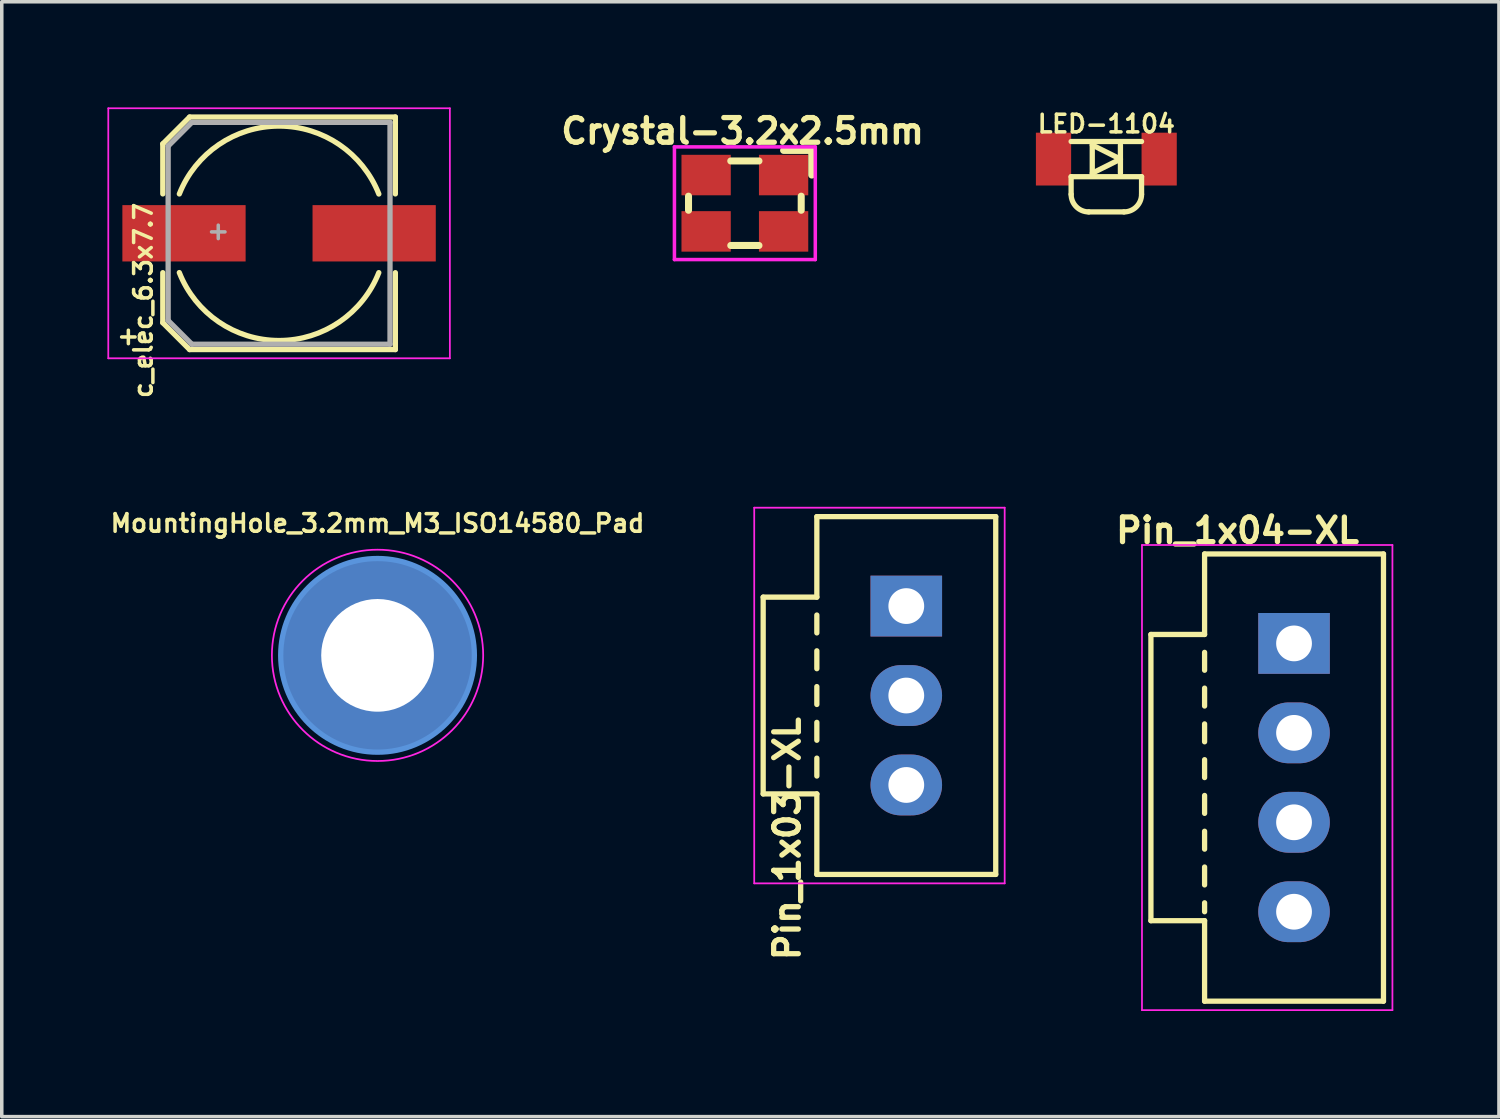
<source format=kicad_pcb>
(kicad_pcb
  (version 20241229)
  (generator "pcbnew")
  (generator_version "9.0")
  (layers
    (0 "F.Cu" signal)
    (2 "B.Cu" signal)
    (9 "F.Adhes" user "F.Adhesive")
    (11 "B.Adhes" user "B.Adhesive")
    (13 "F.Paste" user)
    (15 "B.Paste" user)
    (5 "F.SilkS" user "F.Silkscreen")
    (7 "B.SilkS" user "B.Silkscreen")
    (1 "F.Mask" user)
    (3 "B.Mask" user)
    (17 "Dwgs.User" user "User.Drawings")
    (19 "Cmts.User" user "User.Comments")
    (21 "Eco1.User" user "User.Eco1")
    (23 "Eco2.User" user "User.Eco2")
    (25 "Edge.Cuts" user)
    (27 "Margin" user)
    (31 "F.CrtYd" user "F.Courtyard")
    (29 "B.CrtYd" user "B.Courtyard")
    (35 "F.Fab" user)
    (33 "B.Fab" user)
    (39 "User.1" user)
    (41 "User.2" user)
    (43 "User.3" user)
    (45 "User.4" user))
  (footprint "MountingHole_3.2mm_M3_ISO14580_Pad"
    (layer "F.Cu")
    (at 7.671 15.56)
    (property "Reference" "MountingHole_3.2mm_M3_ISO14580_Pad" (at 0 -3.75 0) (layer "F.SilkS") (effects (font (size 0.5 0.5) (thickness 0.1))))
    (attr through_hole)
    (fp_circle (center 0 0) (end 2.75 0) (stroke (width 0.15) (type solid)) (fill no) (layer "Cmts.User"))
    (fp_circle (center 0 0) (end 3 0) (stroke (width 0.05) (type solid)) (fill no) (layer "F.CrtYd"))
    (pad "1" thru_hole circle (at 0 0) (size 5.5 5.5) (drill 3.2) (layers "*.Cu" "*.Mask")))
  (footprint "Crystal-3.2x2.5mm"
    (layer "F.Cu")
    (at 18.102 2.721)
    (property "Reference" "Crystal-3.2x2.5mm" (at -0.064 -2.049 0) (layer "F.SilkS") (effects (font (size 0.7 0.7) (thickness 0.15))))
    (attr smd)
    (fp_line (start -1.6 -0.2) (end -1.6 0.2) (stroke (width 0.2) (type solid)) (layer "F.SilkS"))
    (fp_line (start -0.4 -1.2) (end 0.4 -1.2) (stroke (width 0.2) (type solid)) (layer "F.SilkS"))
    (fp_line (start 0.4 1.2) (end -0.4 1.2) (stroke (width 0.2) (type solid)) (layer "F.SilkS"))
    (fp_line (start 1.1 -1.5) (end 1.9 -1.5) (stroke (width 0.2) (type solid)) (layer "F.SilkS"))
    (fp_line (start 1.6 -0.2) (end 1.6 0.2) (stroke (width 0.2) (type solid)) (layer "F.SilkS"))
    (fp_line (start 1.9 -1.5) (end 1.9 -0.8) (stroke (width 0.2) (type solid)) (layer "F.SilkS"))
    (fp_line (start -2 -1.6) (end 2 -1.6) (stroke (width 0.1) (type solid)) (layer "F.CrtYd"))
    (fp_line (start -2 1.6) (end -2 -1.6) (stroke (width 0.1) (type solid)) (layer "F.CrtYd"))
    (fp_line (start 2 -1.6) (end 2 1.6) (stroke (width 0.1) (type solid)) (layer "F.CrtYd"))
    (fp_line (start 2 1.6) (end -2 1.6) (stroke (width 0.1) (type solid)) (layer "F.CrtYd"))
    (pad "1" smd rect (at 1.1 -0.8) (size 1.4 1.15) (layers "F.Cu" "F.Mask" "F.Paste"))
    (pad "2" smd rect (at -1.1 -0.8) (size 1.4 1.15) (layers "F.Cu" "F.Mask" "F.Paste"))
    (pad "3" smd rect (at -1.1 0.8) (size 1.4 1.15) (layers "F.Cu" "F.Mask" "F.Paste"))
    (pad "4" smd rect (at 1.1 0.8) (size 1.4 1.15) (layers "F.Cu" "F.Mask" "F.Paste")))
  (footprint "Pin_1x03-XL"
    (layer "F.Cu")
    (at 22.686 14.161)
    (property "Reference" "Pin_1x03-XL" (at -3.382 6.604 90) (layer "F.SilkS") (effects (font (size 0.7 0.7) (thickness 0.15))))
    (attr through_hole)
    (fp_line (start -4.064 -0.254) (end -4.064 5.334) (stroke (width 0.15) (type solid)) (layer "F.SilkS"))
    (fp_line (start -4.064 5.334) (end -2.54 5.334) (stroke (width 0.15) (type solid)) (layer "F.SilkS"))
    (fp_line (start -2.54 -2.54) (end -2.54 -0.254) (stroke (width 0.15) (type solid)) (layer "F.SilkS"))
    (fp_line (start -2.54 -0.254) (end -4.064 -0.254) (stroke (width 0.15) (type solid)) (layer "F.SilkS"))
    (fp_line (start -2.54 0.254) (end -2.54 0.762) (stroke (width 0.15) (type solid)) (layer "F.SilkS"))
    (fp_line (start -2.54 1.27) (end -2.54 1.778) (stroke (width 0.15) (type solid)) (layer "F.SilkS"))
    (fp_line (start -2.54 2.286) (end -2.54 2.794) (stroke (width 0.15) (type solid)) (layer "F.SilkS"))
    (fp_line (start -2.54 3.302) (end -2.54 3.81) (stroke (width 0.15) (type solid)) (layer "F.SilkS"))
    (fp_line (start -2.54 4.318) (end -2.54 4.826) (stroke (width 0.15) (type solid)) (layer "F.SilkS"))
    (fp_line (start -2.54 5.334) (end -2.54 7.62) (stroke (width 0.15) (type solid)) (layer "F.SilkS"))
    (fp_line (start -2.54 7.62) (end 2.54 7.62) (stroke (width 0.15) (type solid)) (layer "F.SilkS"))
    (fp_line (start 2.54 -2.54) (end -2.54 -2.54) (stroke (width 0.15) (type solid)) (layer "F.SilkS"))
    (fp_line (start 2.54 -2.54) (end 2.54 7.62) (stroke (width 0.15) (type solid)) (layer "F.SilkS"))
    (fp_line (start -4.318 7.874) (end -4.318 -2.794) (stroke (width 0.05) (type solid)) (layer "F.CrtYd"))
    (fp_line (start -4.318 7.874) (end 2.794 7.874) (stroke (width 0.05) (type solid)) (layer "F.CrtYd"))
    (fp_line (start 2.794 -2.794) (end -4.318 -2.794) (stroke (width 0.05) (type solid)) (layer "F.CrtYd"))
    (fp_line (start 2.794 7.874) (end 2.794 -2.794) (stroke (width 0.05) (type solid)) (layer "F.CrtYd"))
    (pad "1" thru_hole rect (at 0 0) (size 2.032 1.727) (drill 1.016) (layers "*.Cu" "*.Mask"))
    (pad "2" thru_hole oval (at 0 2.54) (size 2.032 1.727) (drill 1.016) (layers "*.Cu" "*.Mask"))
    (pad "3" thru_hole oval (at 0 5.08) (size 2.032 1.727) (drill 1.016) (layers "*.Cu" "*.Mask")))
  (footprint "c_elec_6.3x7.7"
    (layer "F.Cu")
    (at 4.875 3.575)
    (property "Reference" "c_elec_6.3x7.7" (at -3.857 1.905 90) (layer "F.SilkS") (effects (font (size 0.5 0.5) (thickness 0.1))))
    (attr smd)
    (fp_line (start -3.302 -2.54) (end -3.302 -1.118) (stroke (width 0.15) (type solid)) (layer "F.SilkS"))
    (fp_line (start -3.302 -2.54) (end -2.54 -3.302) (stroke (width 0.15) (type solid)) (layer "F.SilkS"))
    (fp_line (start -3.302 2.54) (end -3.302 1.118) (stroke (width 0.15) (type solid)) (layer "F.SilkS"))
    (fp_line (start -2.54 -3.302) (end 3.302 -3.302) (stroke (width 0.15) (type solid)) (layer "F.SilkS"))
    (fp_line (start -2.54 3.302) (end -3.302 2.54) (stroke (width 0.15) (type solid)) (layer "F.SilkS"))
    (fp_line (start 3.302 -3.302) (end 3.302 -1.118) (stroke (width 0.15) (type solid)) (layer "F.SilkS"))
    (fp_line (start 3.302 3.302) (end -2.54 3.302) (stroke (width 0.15) (type solid)) (layer "F.SilkS"))
    (fp_line (start 3.302 3.302) (end 3.302 1.118) (stroke (width 0.15) (type solid)) (layer "F.SilkS"))
    (fp_arc (start -2.8321 -1.1176) (mid 0.001257 -3.044638) (end 2.833022 -1.115262) (stroke (width 0.15) (type solid)) (layer "F.SilkS"))
    (fp_arc (start 2.8321 1.1176) (mid -0.001257 3.044638) (end -2.833022 1.115262) (stroke (width 0.15) (type solid)) (layer "F.SilkS"))
    (fp_line (start -4.85 -3.55) (end -4.85 3.55) (stroke (width 0.05) (type solid)) (layer "F.CrtYd"))
    (fp_line (start -4.85 3.55) (end 4.85 3.55) (stroke (width 0.05) (type solid)) (layer "F.CrtYd"))
    (fp_line (start 4.85 -3.55) (end -4.85 -3.55) (stroke (width 0.05) (type solid)) (layer "F.CrtYd"))
    (fp_line (start 4.85 3.55) (end 4.85 -3.55) (stroke (width 0.05) (type solid)) (layer "F.CrtYd"))
    (fp_line (start -3.15 -2.477) (end -3.15 2.477) (stroke (width 0.15) (type solid)) (layer "F.Fab"))
    (fp_line (start -3.15 2.477) (end -2.477 3.15) (stroke (width 0.15) (type solid)) (layer "F.Fab"))
    (fp_line (start -2.477 -3.15) (end -3.15 -2.477) (stroke (width 0.15) (type solid)) (layer "F.Fab"))
    (fp_line (start -2.477 3.15) (end 3.15 3.15) (stroke (width 0.15) (type solid)) (layer "F.Fab"))
    (fp_line (start 3.15 -3.15) (end -2.477 -3.15) (stroke (width 0.15) (type solid)) (layer "F.Fab"))
    (fp_line (start 3.15 3.15) (end 3.15 -3.15) (stroke (width 0.15) (type solid)) (layer "F.Fab"))
    (fp_text user "+" (at -4.28 2.908 0) (layer "F.SilkS") (effects (font (size 0.5 0.5) (thickness 0.1))))
    (fp_text user "+" (at -1.727 -0.076 0) (layer "F.Fab") (effects (font (size 0.5 0.5) (thickness 0.1))))
    (pad "1" smd rect (at -2.7 0 180) (size 3.5 1.6) (layers "F.Cu" "F.Mask" "F.Paste"))
    (pad "2" smd rect (at 2.7 0 180) (size 3.5 1.6) (layers "F.Cu" "F.Mask" "F.Paste")))
  (footprint "Pin_1x04-XL"
    (layer "F.Cu")
    (at 33.697 15.221)
    (property "Reference" "Pin_1x04-XL" (at -1.604 -3.206 180) (layer "F.SilkS") (effects (font (size 0.7 0.7) (thickness 0.15))))
    (attr through_hole)
    (fp_line (start -4.064 -0.254) (end -4.064 7.874) (stroke (width 0.15) (type solid)) (layer "F.SilkS"))
    (fp_line (start -4.064 7.874) (end -2.54 7.874) (stroke (width 0.15) (type solid)) (layer "F.SilkS"))
    (fp_line (start -2.54 -2.54) (end -2.54 -0.254) (stroke (width 0.15) (type solid)) (layer "F.SilkS"))
    (fp_line (start -2.54 -0.254) (end -4.064 -0.254) (stroke (width 0.15) (type solid)) (layer "F.SilkS"))
    (fp_line (start -2.54 0.254) (end -2.54 0.762) (stroke (width 0.15) (type solid)) (layer "F.SilkS"))
    (fp_line (start -2.54 1.27) (end -2.54 1.778) (stroke (width 0.15) (type solid)) (layer "F.SilkS"))
    (fp_line (start -2.54 2.286) (end -2.54 2.794) (stroke (width 0.15) (type solid)) (layer "F.SilkS"))
    (fp_line (start -2.54 3.302) (end -2.54 3.81) (stroke (width 0.15) (type solid)) (layer "F.SilkS"))
    (fp_line (start -2.54 4.318) (end -2.54 4.826) (stroke (width 0.15) (type solid)) (layer "F.SilkS"))
    (fp_line (start -2.54 5.334) (end -2.54 5.842) (stroke (width 0.15) (type solid)) (layer "F.SilkS"))
    (fp_line (start -2.54 6.35) (end -2.54 6.858) (stroke (width 0.15) (type solid)) (layer "F.SilkS"))
    (fp_line (start -2.54 7.366) (end -2.54 7.62) (stroke (width 0.15) (type solid)) (layer "F.SilkS"))
    (fp_line (start -2.54 7.874) (end -2.54 10.16) (stroke (width 0.15) (type solid)) (layer "F.SilkS"))
    (fp_line (start -2.54 10.16) (end 2.54 10.16) (stroke (width 0.15) (type solid)) (layer "F.SilkS"))
    (fp_line (start 2.54 -2.54) (end -2.54 -2.54) (stroke (width 0.15) (type solid)) (layer "F.SilkS"))
    (fp_line (start 2.54 10.16) (end 2.54 -2.54) (stroke (width 0.15) (type solid)) (layer "F.SilkS"))
    (fp_line (start -4.318 -2.794) (end -4.318 10.414) (stroke (width 0.05) (type solid)) (layer "F.CrtYd"))
    (fp_line (start -4.318 10.414) (end 2.794 10.414) (stroke (width 0.05) (type solid)) (layer "F.CrtYd"))
    (fp_line (start 2.794 -2.794) (end -4.318 -2.794) (stroke (width 0.05) (type solid)) (layer "F.CrtYd"))
    (fp_line (start 2.794 10.414) (end 2.794 -2.794) (stroke (width 0.05) (type solid)) (layer "F.CrtYd"))
    (pad "1" thru_hole rect (at 0 0) (size 2.032 1.727) (drill 1.016) (layers "*.Cu" "*.Mask"))
    (pad "2" thru_hole oval (at 0 2.54) (size 2.032 1.727) (drill 1.016) (layers "*.Cu" "*.Mask"))
    (pad "3" thru_hole oval (at 0 5.08) (size 2.032 1.727) (drill 1.016) (layers "*.Cu" "*.Mask"))
    (pad "4" thru_hole oval (at 0 7.62) (size 2.032 1.727) (drill 1.016) (layers "*.Cu" "*.Mask")))
  (footprint "LED-1104"
    (layer "F.Cu")
    (at 28.367 1.468)
    (property "Reference" "LED-1104" (at 0 -1 0) (layer "F.SilkS") (effects (font (size 0.5 0.5) (thickness 0.1))))
    (attr smd)
    (fp_line (start -1 -0.5) (end 1 -0.5) (stroke (width 0.15) (type solid)) (layer "F.SilkS"))
    (fp_line (start -1 0.5) (end 1 0.5) (stroke (width 0.15) (type solid)) (layer "F.SilkS"))
    (fp_line (start -1 1) (end -1 0.5) (stroke (width 0.15) (type solid)) (layer "F.SilkS"))
    (fp_line (start -0.5 1.5) (end 0.5 1.5) (stroke (width 0.15) (type solid)) (layer "F.SilkS"))
    (fp_line (start -0.4 -0.4) (end -0.4 0.4) (stroke (width 0.15) (type solid)) (layer "F.SilkS"))
    (fp_line (start 0.4 -0.4) (end 0.4 0.4) (stroke (width 0.15) (type solid)) (layer "F.SilkS"))
    (fp_line (start 0.4 0) (end -0.4 -0.4) (stroke (width 0.15) (type solid)) (layer "F.SilkS"))
    (fp_line (start 0.4 0) (end -0.4 0.4) (stroke (width 0.15) (type solid)) (layer "F.SilkS"))
    (fp_line (start 1 1) (end 1 0.5) (stroke (width 0.15) (type solid)) (layer "F.SilkS"))
    (fp_arc (start -0.5 1.5) (mid -0.853553 1.353553) (end -1 1) (stroke (width 0.15) (type solid)) (layer "F.SilkS"))
    (fp_arc (start 1 1) (mid 0.853553 1.353553) (end 0.5 1.5) (stroke (width 0.15) (type solid)) (layer "F.SilkS"))
    (pad "1" smd rect (at 1.5 0) (size 1 1.5) (layers "F.Cu" "F.Mask" "F.Paste"))
    (pad "2" smd rect (at -1.5 0) (size 1 1.5) (layers "F.Cu" "F.Mask" "F.Paste")))
  (gr_rect
    (start -3 -3)
    (end 39.516 28.66)
    (stroke (width 0.1) (type default))
    (fill no)
    (layer "Edge.Cuts")))
</source>
